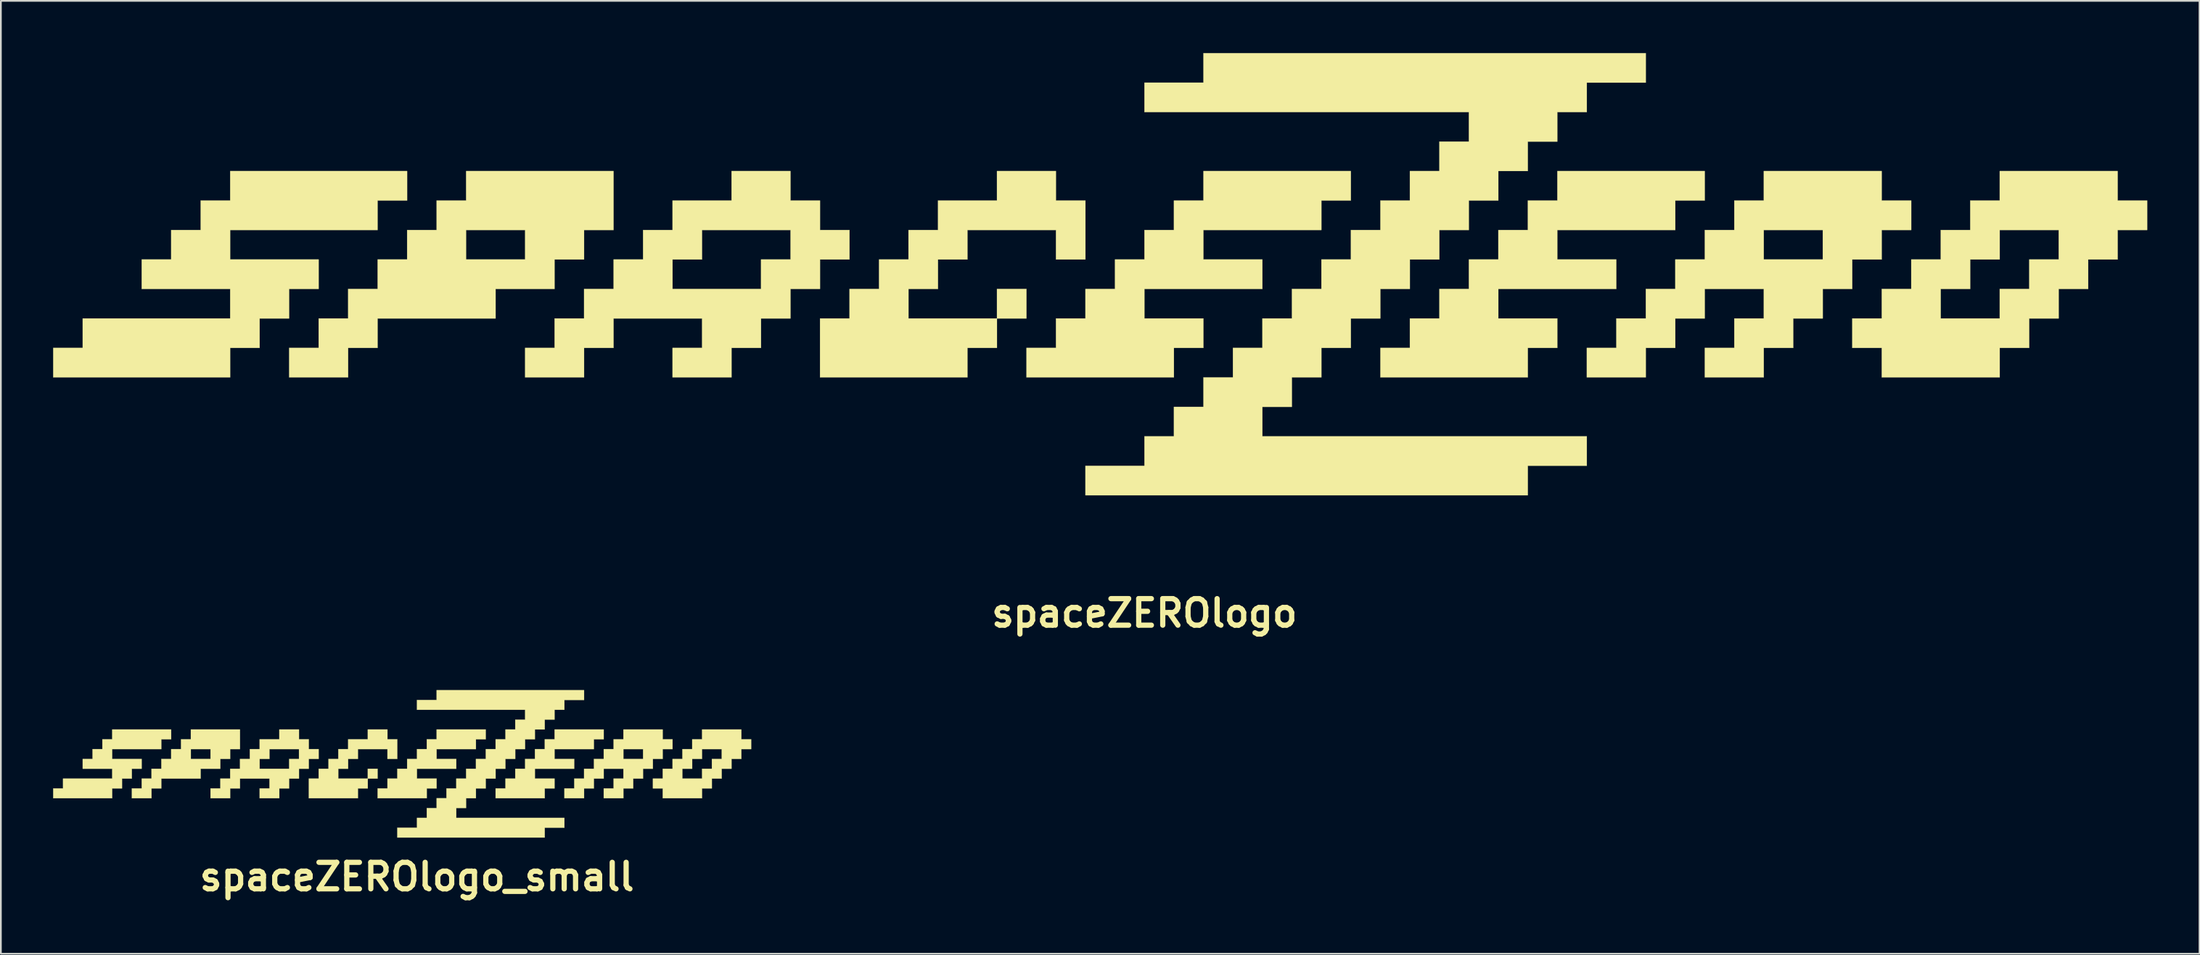
<source format=kicad_pcb>
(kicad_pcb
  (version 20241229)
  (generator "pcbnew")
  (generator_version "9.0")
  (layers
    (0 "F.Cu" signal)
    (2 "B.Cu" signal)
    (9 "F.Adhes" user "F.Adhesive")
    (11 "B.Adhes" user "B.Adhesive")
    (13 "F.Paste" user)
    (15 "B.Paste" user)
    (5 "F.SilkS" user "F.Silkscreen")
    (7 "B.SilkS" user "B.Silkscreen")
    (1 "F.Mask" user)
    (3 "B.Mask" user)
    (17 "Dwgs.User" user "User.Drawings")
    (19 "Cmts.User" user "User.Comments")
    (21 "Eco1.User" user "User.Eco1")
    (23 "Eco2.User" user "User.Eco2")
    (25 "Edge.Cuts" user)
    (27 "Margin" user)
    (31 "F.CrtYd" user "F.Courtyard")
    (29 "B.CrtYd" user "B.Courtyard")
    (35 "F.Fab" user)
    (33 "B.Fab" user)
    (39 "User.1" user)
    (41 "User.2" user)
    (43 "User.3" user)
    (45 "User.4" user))
  (footprint "spaceZEROlogo"
    (layer "F.Cu")
    (at 62.658 32.178)
    (property "Reference" "spaceZEROlogo" (at 0 0 0) (layer "F.SilkS") (effects (font (size 1.524 1.524) (thickness 0.3))))
    (attr through_hole)
    (fp_poly (pts (xy -8.467 -18.627) (xy -6.773 -18.627) (xy -6.773 -16.933) (xy -8.467 -16.933) (xy -8.467 -18.627)) (stroke (width 0.01) (type solid)) (fill yes) (layer "F.SilkS"))
    (fp_poly (pts (xy -42.333 -23.707) (xy -44.027 -23.707) (xy -44.027 -22.013) (xy -52.493 -22.013) (xy -52.493 -20.32) (xy -47.413 -20.32) (xy -47.413 -18.627) (xy -49.107 -18.627) (xy -49.107 -16.933) (xy -50.8 -16.933) (xy -50.8 -15.24) (xy -52.493 -15.24) (xy -52.493 -13.547) (xy -62.653 -13.547) (xy -62.653 -15.24) (xy -60.96 -15.24) (xy -60.96 -16.933) (xy -52.493 -16.933) (xy -52.493 -18.627) (xy -57.573 -18.627) (xy -57.573 -20.32) (xy -55.88 -20.32) (xy -55.88 -22.013) (xy -54.187 -22.013) (xy -54.187 -23.707) (xy -52.493 -23.707) (xy -52.493 -25.4) (xy -42.333 -25.4) (xy -42.333 -23.707)) (stroke (width 0.01) (type solid)) (fill yes) (layer "F.SilkS"))
    (fp_poly (pts (xy -8.467 -15.24) (xy -10.16 -15.24) (xy -10.16 -13.547) (xy -18.627 -13.547) (xy -18.627 -16.933) (xy -16.933 -16.933) (xy -16.933 -18.627) (xy -15.24 -18.627) (xy -15.24 -20.32) (xy -13.547 -20.32) (xy -13.547 -22.013) (xy -11.853 -22.013) (xy -11.853 -23.707) (xy -8.467 -23.707) (xy -8.467 -25.4) (xy -5.08 -25.4) (xy -5.08 -23.707) (xy -3.387 -23.707) (xy -3.387 -20.32) (xy -5.08 -20.32) (xy -5.08 -22.013) (xy -10.16 -22.013) (xy -10.16 -20.32) (xy -11.853 -20.32) (xy -11.853 -18.627) (xy -13.547 -18.627) (xy -13.547 -16.933) (xy -8.467 -16.933) (xy -8.467 -15.24)) (stroke (width 0.01) (type solid)) (fill yes) (layer "F.SilkS"))
    (fp_poly (pts (xy 11.853 -23.707) (xy 10.16 -23.707) (xy 10.16 -22.013) (xy 3.387 -22.013) (xy 3.387 -20.32) (xy 6.773 -20.32) (xy 6.773 -18.627) (xy 0 -18.627) (xy 0 -16.933) (xy 3.387 -16.933) (xy 3.387 -15.24) (xy 1.693 -15.24) (xy 1.693 -13.547) (xy -6.773 -13.547) (xy -6.773 -15.24) (xy -5.08 -15.24) (xy -5.08 -16.933) (xy -3.387 -16.933) (xy -3.387 -18.627) (xy -1.693 -18.627) (xy -1.693 -20.32) (xy 0 -20.32) (xy 0 -22.013) (xy 1.693 -22.013) (xy 1.693 -23.707) (xy 3.387 -23.707) (xy 3.387 -25.4) (xy 11.853 -25.4) (xy 11.853 -23.707)) (stroke (width 0.01) (type solid)) (fill yes) (layer "F.SilkS"))
    (fp_poly (pts (xy 32.173 -23.707) (xy 30.48 -23.707) (xy 30.48 -22.013) (xy 23.707 -22.013) (xy 23.707 -20.32) (xy 27.093 -20.32) (xy 27.093 -18.627) (xy 20.32 -18.627) (xy 20.32 -16.933) (xy 23.707 -16.933) (xy 23.707 -15.24) (xy 22.013 -15.24) (xy 22.013 -13.547) (xy 13.547 -13.547) (xy 13.547 -15.24) (xy 15.24 -15.24) (xy 15.24 -16.933) (xy 16.933 -16.933) (xy 16.933 -18.627) (xy 18.627 -18.627) (xy 18.627 -20.32) (xy 20.32 -20.32) (xy 20.32 -22.013) (xy 22.013 -22.013) (xy 22.013 -23.707) (xy 23.707 -23.707) (xy 23.707 -25.4) (xy 32.173 -25.4) (xy 32.173 -23.707)) (stroke (width 0.01) (type solid)) (fill yes) (layer "F.SilkS"))
    (fp_poly (pts (xy -30.48 -22.013) (xy -32.173 -22.013) (xy -32.173 -20.32) (xy -33.867 -20.32) (xy -33.867 -18.627) (xy -37.253 -18.627) (xy -37.253 -16.933) (xy -44.027 -16.933) (xy -44.027 -15.24) (xy -45.72 -15.24) (xy -45.72 -13.547) (xy -49.107 -13.547) (xy -49.107 -15.24) (xy -47.413 -15.24) (xy -47.413 -16.933) (xy -45.72 -16.933) (xy -45.72 -18.627) (xy -44.027 -18.627) (xy -44.027 -20.32) (xy -42.333 -20.32) (xy -42.333 -22.013) (xy -40.64 -22.013) (xy -38.947 -22.013) (xy -38.947 -20.32) (xy -35.56 -20.32) (xy -35.56 -22.013) (xy -38.947 -22.013) (xy -40.64 -22.013) (xy -40.64 -23.707) (xy -38.947 -23.707) (xy -38.947 -25.4) (xy -30.48 -25.4) (xy -30.48 -22.013)) (stroke (width 0.01) (type solid)) (fill yes) (layer "F.SilkS"))
    (fp_poly (pts (xy 55.88 -23.707) (xy 57.573 -23.707) (xy 57.573 -22.013) (xy 55.88 -22.013) (xy 55.88 -20.32) (xy 54.187 -20.32) (xy 54.187 -18.627) (xy 52.493 -18.627) (xy 52.493 -16.933) (xy 50.8 -16.933) (xy 50.8 -15.24) (xy 49.107 -15.24) (xy 49.107 -13.547) (xy 42.333 -13.547) (xy 42.333 -15.24) (xy 40.64 -15.24) (xy 40.64 -16.933) (xy 42.333 -16.933) (xy 42.333 -18.627) (xy 44.027 -18.627) (xy 45.72 -18.627) (xy 45.72 -16.933) (xy 49.107 -16.933) (xy 49.107 -18.627) (xy 50.8 -18.627) (xy 50.8 -20.32) (xy 52.493 -20.32) (xy 52.493 -22.013) (xy 49.107 -22.013) (xy 49.107 -20.32) (xy 47.413 -20.32) (xy 47.413 -18.627) (xy 45.72 -18.627) (xy 44.027 -18.627) (xy 44.027 -20.32) (xy 45.72 -20.32) (xy 45.72 -22.013) (xy 47.413 -22.013) (xy 47.413 -23.707) (xy 49.107 -23.707) (xy 49.107 -25.4) (xy 55.88 -25.4) (xy 55.88 -23.707)) (stroke (width 0.01) (type solid)) (fill yes) (layer "F.SilkS"))
    (fp_poly (pts (xy -20.32 -23.707) (xy -18.627 -23.707) (xy -18.627 -22.013) (xy -16.933 -22.013) (xy -16.933 -20.32) (xy -18.627 -20.32) (xy -18.627 -18.627) (xy -20.32 -18.627) (xy -20.32 -16.933) (xy -22.013 -16.933) (xy -22.013 -15.24) (xy -23.707 -15.24) (xy -23.707 -13.547) (xy -27.093 -13.547) (xy -27.093 -15.24) (xy -25.4 -15.24) (xy -25.4 -16.933) (xy -30.48 -16.933) (xy -30.48 -15.24) (xy -32.173 -15.24) (xy -32.173 -13.547) (xy -35.56 -13.547) (xy -35.56 -15.24) (xy -33.867 -15.24) (xy -33.867 -16.933) (xy -32.173 -16.933) (xy -32.173 -18.627) (xy -30.48 -18.627) (xy -30.48 -20.32) (xy -28.787 -20.32) (xy -27.093 -20.32) (xy -27.093 -18.627) (xy -22.013 -18.627) (xy -22.013 -20.32) (xy -20.32 -20.32) (xy -20.32 -22.013) (xy -25.4 -22.013) (xy -25.4 -20.32) (xy -27.093 -20.32) (xy -28.787 -20.32) (xy -28.787 -22.013) (xy -27.093 -22.013) (xy -27.093 -23.707) (xy -23.707 -23.707) (xy -23.707 -25.4) (xy -20.32 -25.4) (xy -20.32 -23.707)) (stroke (width 0.01) (type solid)) (fill yes) (layer "F.SilkS"))
    (fp_poly (pts (xy 42.333 -23.707) (xy 44.027 -23.707) (xy 44.027 -22.013) (xy 42.333 -22.013) (xy 42.333 -20.32) (xy 40.64 -20.32) (xy 40.64 -18.627) (xy 38.947 -18.627) (xy 38.947 -16.933) (xy 37.253 -16.933) (xy 37.253 -15.24) (xy 35.56 -15.24) (xy 35.56 -13.547) (xy 32.173 -13.547) (xy 32.173 -15.24) (xy 33.867 -15.24) (xy 33.867 -16.933) (xy 35.56 -16.933) (xy 35.56 -18.627) (xy 32.173 -18.627) (xy 32.173 -16.933) (xy 30.48 -16.933) (xy 30.48 -15.24) (xy 28.787 -15.24) (xy 28.787 -13.547) (xy 25.4 -13.547) (xy 25.4 -15.24) (xy 27.093 -15.24) (xy 27.093 -16.933) (xy 28.787 -16.933) (xy 28.787 -18.627) (xy 30.48 -18.627) (xy 30.48 -20.32) (xy 32.173 -20.32) (xy 32.173 -22.013) (xy 33.867 -22.013) (xy 35.56 -22.013) (xy 35.56 -20.32) (xy 38.947 -20.32) (xy 38.947 -22.013) (xy 35.56 -22.013) (xy 33.867 -22.013) (xy 33.867 -23.707) (xy 35.56 -23.707) (xy 35.56 -25.4) (xy 42.333 -25.4) (xy 42.333 -23.707)) (stroke (width 0.01) (type solid)) (fill yes) (layer "F.SilkS"))
    (fp_poly (pts (xy 28.787 -30.48) (xy 25.4 -30.48) (xy 25.4 -28.787) (xy 23.707 -28.787) (xy 23.707 -27.093) (xy 22.013 -27.093) (xy 22.013 -25.4) (xy 20.32 -25.4) (xy 20.32 -23.707) (xy 18.627 -23.707) (xy 18.627 -22.013) (xy 16.933 -22.013) (xy 16.933 -20.32) (xy 15.24 -20.32) (xy 15.24 -18.627) (xy 13.547 -18.627) (xy 13.547 -16.933) (xy 11.853 -16.933) (xy 11.853 -15.24) (xy 10.16 -15.24) (xy 10.16 -13.547) (xy 8.467 -13.547) (xy 8.467 -11.853) (xy 6.773 -11.853) (xy 6.773 -10.16) (xy 25.4 -10.16) (xy 25.4 -8.467) (xy 22.013 -8.467) (xy 22.013 -6.773) (xy -3.387 -6.773) (xy -3.387 -8.467) (xy 0 -8.467) (xy 0 -10.16) (xy 1.693 -10.16) (xy 1.693 -11.853) (xy 3.387 -11.853) (xy 3.387 -13.547) (xy 5.08 -13.547) (xy 5.08 -15.24) (xy 6.773 -15.24) (xy 6.773 -16.933) (xy 8.467 -16.933) (xy 8.467 -18.627) (xy 10.16 -18.627) (xy 10.16 -20.32) (xy 11.853 -20.32) (xy 11.853 -22.013) (xy 13.547 -22.013) (xy 13.547 -23.707) (xy 15.24 -23.707) (xy 15.24 -25.4) (xy 16.933 -25.4) (xy 16.933 -27.093) (xy 18.627 -27.093) (xy 18.627 -28.787) (xy 0 -28.787) (xy 0 -30.48) (xy 3.387 -30.48) (xy 3.387 -32.173) (xy 28.787 -32.173) (xy 28.787 -30.48)) (stroke (width 0.01) (type solid)) (fill yes) (layer "F.SilkS")))
  (footprint "spaceZEROlogo_small"
    (layer "F.Cu")
    (at 20.889 47.326)
    (property "Reference" "spaceZEROlogo_small" (at 0 0 0) (layer "F.SilkS") (effects (font (size 1.524 1.524) (thickness 0.3))))
    (attr through_hole)
    (fp_poly (pts (xy -2.822 -6.209) (xy -2.258 -6.209) (xy -2.258 -5.644) (xy -2.822 -5.644) (xy -2.822 -6.209)) (stroke (width 0.01) (type solid)) (fill yes) (layer "F.SilkS"))
    (fp_poly (pts (xy -14.111 -7.902) (xy -14.676 -7.902) (xy -14.676 -7.338) (xy -17.498 -7.338) (xy -17.498 -6.773) (xy -15.804 -6.773) (xy -15.804 -6.209) (xy -16.369 -6.209) (xy -16.369 -5.644) (xy -16.933 -5.644) (xy -16.933 -5.08) (xy -17.498 -5.08) (xy -17.498 -4.516) (xy -20.884 -4.516) (xy -20.884 -5.08) (xy -20.32 -5.08) (xy -20.32 -5.644) (xy -17.498 -5.644) (xy -17.498 -6.209) (xy -19.191 -6.209) (xy -19.191 -6.773) (xy -18.627 -6.773) (xy -18.627 -7.338) (xy -18.062 -7.338) (xy -18.062 -7.902) (xy -17.498 -7.902) (xy -17.498 -8.467) (xy -14.111 -8.467) (xy -14.111 -7.902)) (stroke (width 0.01) (type solid)) (fill yes) (layer "F.SilkS"))
    (fp_poly (pts (xy -2.822 -5.08) (xy -3.387 -5.08) (xy -3.387 -4.516) (xy -6.209 -4.516) (xy -6.209 -5.644) (xy -5.644 -5.644) (xy -5.644 -6.209) (xy -5.08 -6.209) (xy -5.08 -6.773) (xy -4.516 -6.773) (xy -4.516 -7.338) (xy -3.951 -7.338) (xy -3.951 -7.902) (xy -2.822 -7.902) (xy -2.822 -8.467) (xy -1.693 -8.467) (xy -1.693 -7.902) (xy -1.129 -7.902) (xy -1.129 -6.773) (xy -1.693 -6.773) (xy -1.693 -7.338) (xy -3.387 -7.338) (xy -3.387 -6.773) (xy -3.951 -6.773) (xy -3.951 -6.209) (xy -4.516 -6.209) (xy -4.516 -5.644) (xy -2.822 -5.644) (xy -2.822 -5.08)) (stroke (width 0.01) (type solid)) (fill yes) (layer "F.SilkS"))
    (fp_poly (pts (xy 3.951 -7.902) (xy 3.387 -7.902) (xy 3.387 -7.338) (xy 1.129 -7.338) (xy 1.129 -6.773) (xy 2.258 -6.773) (xy 2.258 -6.209) (xy 0 -6.209) (xy 0 -5.644) (xy 1.129 -5.644) (xy 1.129 -5.08) (xy 0.564 -5.08) (xy 0.564 -4.516) (xy -2.258 -4.516) (xy -2.258 -5.08) (xy -1.693 -5.08) (xy -1.693 -5.644) (xy -1.129 -5.644) (xy -1.129 -6.209) (xy -0.564 -6.209) (xy -0.564 -6.773) (xy 0 -6.773) (xy 0 -7.338) (xy 0.564 -7.338) (xy 0.564 -7.902) (xy 1.129 -7.902) (xy 1.129 -8.467) (xy 3.951 -8.467) (xy 3.951 -7.902)) (stroke (width 0.01) (type solid)) (fill yes) (layer "F.SilkS"))
    (fp_poly (pts (xy 10.724 -7.902) (xy 10.16 -7.902) (xy 10.16 -7.338) (xy 7.902 -7.338) (xy 7.902 -6.773) (xy 9.031 -6.773) (xy 9.031 -6.209) (xy 6.773 -6.209) (xy 6.773 -5.644) (xy 7.902 -5.644) (xy 7.902 -5.08) (xy 7.338 -5.08) (xy 7.338 -4.516) (xy 4.516 -4.516) (xy 4.516 -5.08) (xy 5.08 -5.08) (xy 5.08 -5.644) (xy 5.644 -5.644) (xy 5.644 -6.209) (xy 6.209 -6.209) (xy 6.209 -6.773) (xy 6.773 -6.773) (xy 6.773 -7.338) (xy 7.338 -7.338) (xy 7.338 -7.902) (xy 7.902 -7.902) (xy 7.902 -8.467) (xy 10.724 -8.467) (xy 10.724 -7.902)) (stroke (width 0.01) (type solid)) (fill yes) (layer "F.SilkS"))
    (fp_poly (pts (xy -10.16 -7.338) (xy -10.724 -7.338) (xy -10.724 -6.773) (xy -11.289 -6.773) (xy -11.289 -6.209) (xy -12.418 -6.209) (xy -12.418 -5.644) (xy -14.676 -5.644) (xy -14.676 -5.08) (xy -15.24 -5.08) (xy -15.24 -4.516) (xy -16.369 -4.516) (xy -16.369 -5.08) (xy -15.804 -5.08) (xy -15.804 -5.644) (xy -15.24 -5.644) (xy -15.24 -6.209) (xy -14.676 -6.209) (xy -14.676 -6.773) (xy -14.111 -6.773) (xy -14.111 -7.338) (xy -13.547 -7.338) (xy -12.982 -7.338) (xy -12.982 -6.773) (xy -11.853 -6.773) (xy -11.853 -7.338) (xy -12.982 -7.338) (xy -13.547 -7.338) (xy -13.547 -7.902) (xy -12.982 -7.902) (xy -12.982 -8.467) (xy -10.16 -8.467) (xy -10.16 -7.338)) (stroke (width 0.01) (type solid)) (fill yes) (layer "F.SilkS"))
    (fp_poly (pts (xy 18.627 -7.902) (xy 19.191 -7.902) (xy 19.191 -7.338) (xy 18.627 -7.338) (xy 18.627 -6.773) (xy 18.062 -6.773) (xy 18.062 -6.209) (xy 17.498 -6.209) (xy 17.498 -5.644) (xy 16.933 -5.644) (xy 16.933 -5.08) (xy 16.369 -5.08) (xy 16.369 -4.516) (xy 14.111 -4.516) (xy 14.111 -5.08) (xy 13.547 -5.08) (xy 13.547 -5.644) (xy 14.111 -5.644) (xy 14.111 -6.209) (xy 14.676 -6.209) (xy 15.24 -6.209) (xy 15.24 -5.644) (xy 16.369 -5.644) (xy 16.369 -6.209) (xy 16.933 -6.209) (xy 16.933 -6.773) (xy 17.498 -6.773) (xy 17.498 -7.338) (xy 16.369 -7.338) (xy 16.369 -6.773) (xy 15.804 -6.773) (xy 15.804 -6.209) (xy 15.24 -6.209) (xy 14.676 -6.209) (xy 14.676 -6.773) (xy 15.24 -6.773) (xy 15.24 -7.338) (xy 15.804 -7.338) (xy 15.804 -7.902) (xy 16.369 -7.902) (xy 16.369 -8.467) (xy 18.627 -8.467) (xy 18.627 -7.902)) (stroke (width 0.01) (type solid)) (fill yes) (layer "F.SilkS"))
    (fp_poly (pts (xy -6.773 -7.902) (xy -6.209 -7.902) (xy -6.209 -7.338) (xy -5.644 -7.338) (xy -5.644 -6.773) (xy -6.209 -6.773) (xy -6.209 -6.209) (xy -6.773 -6.209) (xy -6.773 -5.644) (xy -7.338 -5.644) (xy -7.338 -5.08) (xy -7.902 -5.08) (xy -7.902 -4.516) (xy -9.031 -4.516) (xy -9.031 -5.08) (xy -8.467 -5.08) (xy -8.467 -5.644) (xy -10.16 -5.644) (xy -10.16 -5.08) (xy -10.724 -5.08) (xy -10.724 -4.516) (xy -11.853 -4.516) (xy -11.853 -5.08) (xy -11.289 -5.08) (xy -11.289 -5.644) (xy -10.724 -5.644) (xy -10.724 -6.209) (xy -10.16 -6.209) (xy -10.16 -6.773) (xy -9.596 -6.773) (xy -9.031 -6.773) (xy -9.031 -6.209) (xy -7.338 -6.209) (xy -7.338 -6.773) (xy -6.773 -6.773) (xy -6.773 -7.338) (xy -8.467 -7.338) (xy -8.467 -6.773) (xy -9.031 -6.773) (xy -9.596 -6.773) (xy -9.596 -7.338) (xy -9.031 -7.338) (xy -9.031 -7.902) (xy -7.902 -7.902) (xy -7.902 -8.467) (xy -6.773 -8.467) (xy -6.773 -7.902)) (stroke (width 0.01) (type solid)) (fill yes) (layer "F.SilkS"))
    (fp_poly (pts (xy 14.111 -7.902) (xy 14.676 -7.902) (xy 14.676 -7.338) (xy 14.111 -7.338) (xy 14.111 -6.773) (xy 13.547 -6.773) (xy 13.547 -6.209) (xy 12.982 -6.209) (xy 12.982 -5.644) (xy 12.418 -5.644) (xy 12.418 -5.08) (xy 11.853 -5.08) (xy 11.853 -4.516) (xy 10.724 -4.516) (xy 10.724 -5.08) (xy 11.289 -5.08) (xy 11.289 -5.644) (xy 11.853 -5.644) (xy 11.853 -6.209) (xy 10.724 -6.209) (xy 10.724 -5.644) (xy 10.16 -5.644) (xy 10.16 -5.08) (xy 9.596 -5.08) (xy 9.596 -4.516) (xy 8.467 -4.516) (xy 8.467 -5.08) (xy 9.031 -5.08) (xy 9.031 -5.644) (xy 9.596 -5.644) (xy 9.596 -6.209) (xy 10.16 -6.209) (xy 10.16 -6.773) (xy 10.724 -6.773) (xy 10.724 -7.338) (xy 11.289 -7.338) (xy 11.853 -7.338) (xy 11.853 -6.773) (xy 12.982 -6.773) (xy 12.982 -7.338) (xy 11.853 -7.338) (xy 11.289 -7.338) (xy 11.289 -7.902) (xy 11.853 -7.902) (xy 11.853 -8.467) (xy 14.111 -8.467) (xy 14.111 -7.902)) (stroke (width 0.01) (type solid)) (fill yes) (layer "F.SilkS"))
    (fp_poly (pts (xy 9.596 -10.16) (xy 8.467 -10.16) (xy 8.467 -9.596) (xy 7.902 -9.596) (xy 7.902 -9.031) (xy 7.338 -9.031) (xy 7.338 -8.467) (xy 6.773 -8.467) (xy 6.773 -7.902) (xy 6.209 -7.902) (xy 6.209 -7.338) (xy 5.644 -7.338) (xy 5.644 -6.773) (xy 5.08 -6.773) (xy 5.08 -6.209) (xy 4.516 -6.209) (xy 4.516 -5.644) (xy 3.951 -5.644) (xy 3.951 -5.08) (xy 3.387 -5.08) (xy 3.387 -4.516) (xy 2.822 -4.516) (xy 2.822 -3.951) (xy 2.258 -3.951) (xy 2.258 -3.387) (xy 8.467 -3.387) (xy 8.467 -2.822) (xy 7.338 -2.822) (xy 7.338 -2.258) (xy -1.129 -2.258) (xy -1.129 -2.822) (xy 0 -2.822) (xy 0 -3.387) (xy 0.564 -3.387) (xy 0.564 -3.951) (xy 1.129 -3.951) (xy 1.129 -4.516) (xy 1.693 -4.516) (xy 1.693 -5.08) (xy 2.258 -5.08) (xy 2.258 -5.644) (xy 2.822 -5.644) (xy 2.822 -6.209) (xy 3.387 -6.209) (xy 3.387 -6.773) (xy 3.951 -6.773) (xy 3.951 -7.338) (xy 4.516 -7.338) (xy 4.516 -7.902) (xy 5.08 -7.902) (xy 5.08 -8.467) (xy 5.644 -8.467) (xy 5.644 -9.031) (xy 6.209 -9.031) (xy 6.209 -9.596) (xy 0 -9.596) (xy 0 -10.16) (xy 1.129 -10.16) (xy 1.129 -10.724) (xy 9.596 -10.724) (xy 9.596 -10.16)) (stroke (width 0.01) (type solid)) (fill yes) (layer "F.SilkS")))
  (gr_rect
    (start -3 -3)
    (end 123.237 51.744)
    (stroke (width 0.1) (type default))
    (fill no)
    (layer "Edge.Cuts")))
</source>
